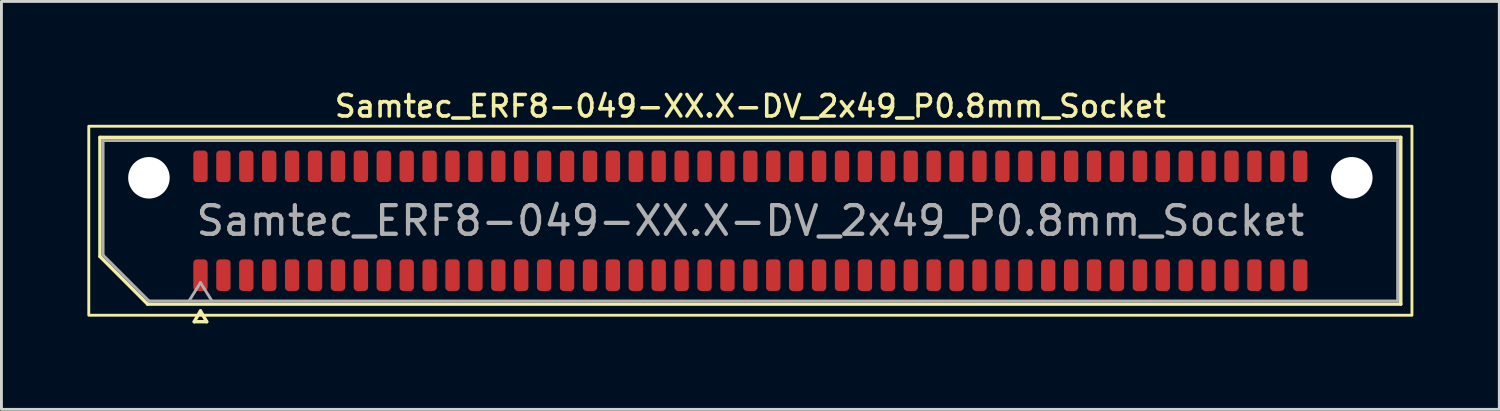
<source format=kicad_pcb>
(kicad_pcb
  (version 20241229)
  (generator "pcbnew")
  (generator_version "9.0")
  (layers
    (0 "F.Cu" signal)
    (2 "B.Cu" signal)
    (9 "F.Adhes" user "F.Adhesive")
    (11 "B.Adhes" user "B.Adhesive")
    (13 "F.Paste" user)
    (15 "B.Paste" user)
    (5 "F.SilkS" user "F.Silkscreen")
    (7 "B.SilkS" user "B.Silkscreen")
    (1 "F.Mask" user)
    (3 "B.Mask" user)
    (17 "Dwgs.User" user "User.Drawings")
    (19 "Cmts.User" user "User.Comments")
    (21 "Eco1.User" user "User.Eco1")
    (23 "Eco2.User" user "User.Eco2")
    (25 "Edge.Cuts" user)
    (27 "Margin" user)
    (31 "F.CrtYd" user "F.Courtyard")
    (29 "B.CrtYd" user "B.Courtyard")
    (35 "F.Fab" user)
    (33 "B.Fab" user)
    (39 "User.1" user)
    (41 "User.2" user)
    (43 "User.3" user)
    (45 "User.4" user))
  (footprint "Samtec_ERF8-049-XX.X-DV_2x49_P0.8mm_Socket"
    (layer "F.Cu")
    (at 23.15 4.658)
    (property "Reference" "Samtec_ERF8-049-XX.X-DV_2x49_P0.8mm_Socket" (at 0 -4 0) (layer "F.SilkS") (effects (font (size 0.75 0.75) (thickness 0.125))))
    (attr smd)
    (fp_line (start -22.71 -2.91) (end 22.71 -2.91) (stroke (width 0.12) (type solid)) (layer "F.SilkS"))
    (fp_line (start -22.71 1.246) (end -22.71 -2.91) (stroke (width 0.12) (type solid)) (layer "F.SilkS"))
    (fp_line (start -21.046 2.91) (end -22.71 1.246) (stroke (width 0.12) (type solid)) (layer "F.SilkS"))
    (fp_line (start -19.417 3.525) (end -19.2 3.15) (stroke (width 0.12) (type solid)) (layer "F.SilkS"))
    (fp_line (start -19.2 3.15) (end -18.983 3.525) (stroke (width 0.12) (type solid)) (layer "F.SilkS"))
    (fp_line (start -18.983 3.525) (end -19.417 3.525) (stroke (width 0.12) (type solid)) (layer "F.SilkS"))
    (fp_line (start 22.71 -2.91) (end 22.71 2.91) (stroke (width 0.12) (type solid)) (layer "F.SilkS"))
    (fp_line (start 22.71 2.91) (end -21.046 2.91) (stroke (width 0.12) (type solid)) (layer "F.SilkS"))
    (fp_rect (start -23.1 -3.3) (end 23.1 3.3) (stroke (width 0.1) (type solid)) (fill no) (layer "F.SilkS"))
    (fp_line (start -22.6 -2.8) (end 22.6 -2.8) (stroke (width 0.1) (type solid)) (layer "F.Fab"))
    (fp_line (start -22.6 1.2) (end -22.6 -2.8) (stroke (width 0.1) (type solid)) (layer "F.Fab"))
    (fp_line (start -21 2.8) (end -22.6 1.2) (stroke (width 0.1) (type solid)) (layer "F.Fab"))
    (fp_line (start -19.6 2.8) (end -19.2 2.16) (stroke (width 0.1) (type solid)) (layer "F.Fab"))
    (fp_line (start -19.2 2.16) (end -18.8 2.8) (stroke (width 0.1) (type solid)) (layer "F.Fab"))
    (fp_line (start 22.6 -2.8) (end 22.6 2.8) (stroke (width 0.1) (type solid)) (layer "F.Fab"))
    (fp_line (start 22.6 2.8) (end -21 2.8) (stroke (width 0.1) (type solid)) (layer "F.Fab"))
    (fp_text user "${REFERENCE}" (at 0 0 0) (layer "F.Fab") (effects (font (size 1 1) (thickness 0.15))))
    (pad "" np_thru_hole circle (at -21 -1.5) (size 1.45 1.45) (drill 1.45) (layers "*.Cu" "*.Mask"))
    (pad "" np_thru_hole circle (at 21 -1.5) (size 1.45 1.45) (drill 1.45) (layers "*.Cu" "*.Mask"))
    (pad "1" smd roundrect (at -19.2 1.9) (size 0.5 1.1) (layers "F.Cu" "F.Mask" "F.Paste") (roundrect_rratio 0.25))
    (pad "2" smd roundrect (at -19.2 -1.9) (size 0.5 1.1) (layers "F.Cu" "F.Mask" "F.Paste") (roundrect_rratio 0.25))
    (pad "3" smd roundrect (at -18.4 1.9) (size 0.5 1.1) (layers "F.Cu" "F.Mask" "F.Paste") (roundrect_rratio 0.25))
    (pad "4" smd roundrect (at -18.4 -1.9) (size 0.5 1.1) (layers "F.Cu" "F.Mask" "F.Paste") (roundrect_rratio 0.25))
    (pad "5" smd roundrect (at -17.6 1.9) (size 0.5 1.1) (layers "F.Cu" "F.Mask" "F.Paste") (roundrect_rratio 0.25))
    (pad "6" smd roundrect (at -17.6 -1.9) (size 0.5 1.1) (layers "F.Cu" "F.Mask" "F.Paste") (roundrect_rratio 0.25))
    (pad "7" smd roundrect (at -16.8 1.9) (size 0.5 1.1) (layers "F.Cu" "F.Mask" "F.Paste") (roundrect_rratio 0.25))
    (pad "8" smd roundrect (at -16.8 -1.9) (size 0.5 1.1) (layers "F.Cu" "F.Mask" "F.Paste") (roundrect_rratio 0.25))
    (pad "9" smd roundrect (at -16 1.9) (size 0.5 1.1) (layers "F.Cu" "F.Mask" "F.Paste") (roundrect_rratio 0.25))
    (pad "10" smd roundrect (at -16 -1.9) (size 0.5 1.1) (layers "F.Cu" "F.Mask" "F.Paste") (roundrect_rratio 0.25))
    (pad "11" smd roundrect (at -15.2 1.9) (size 0.5 1.1) (layers "F.Cu" "F.Mask" "F.Paste") (roundrect_rratio 0.25))
    (pad "12" smd roundrect (at -15.2 -1.9) (size 0.5 1.1) (layers "F.Cu" "F.Mask" "F.Paste") (roundrect_rratio 0.25))
    (pad "13" smd roundrect (at -14.4 1.9) (size 0.5 1.1) (layers "F.Cu" "F.Mask" "F.Paste") (roundrect_rratio 0.25))
    (pad "14" smd roundrect (at -14.4 -1.9) (size 0.5 1.1) (layers "F.Cu" "F.Mask" "F.Paste") (roundrect_rratio 0.25))
    (pad "15" smd roundrect (at -13.6 1.9) (size 0.5 1.1) (layers "F.Cu" "F.Mask" "F.Paste") (roundrect_rratio 0.25))
    (pad "16" smd roundrect (at -13.6 -1.9) (size 0.5 1.1) (layers "F.Cu" "F.Mask" "F.Paste") (roundrect_rratio 0.25))
    (pad "17" smd roundrect (at -12.8 1.9) (size 0.5 1.1) (layers "F.Cu" "F.Mask" "F.Paste") (roundrect_rratio 0.25))
    (pad "18" smd roundrect (at -12.8 -1.9) (size 0.5 1.1) (layers "F.Cu" "F.Mask" "F.Paste") (roundrect_rratio 0.25))
    (pad "19" smd roundrect (at -12 1.9) (size 0.5 1.1) (layers "F.Cu" "F.Mask" "F.Paste") (roundrect_rratio 0.25))
    (pad "20" smd roundrect (at -12 -1.9) (size 0.5 1.1) (layers "F.Cu" "F.Mask" "F.Paste") (roundrect_rratio 0.25))
    (pad "21" smd roundrect (at -11.2 1.9) (size 0.5 1.1) (layers "F.Cu" "F.Mask" "F.Paste") (roundrect_rratio 0.25))
    (pad "22" smd roundrect (at -11.2 -1.9) (size 0.5 1.1) (layers "F.Cu" "F.Mask" "F.Paste") (roundrect_rratio 0.25))
    (pad "23" smd roundrect (at -10.4 1.9) (size 0.5 1.1) (layers "F.Cu" "F.Mask" "F.Paste") (roundrect_rratio 0.25))
    (pad "24" smd roundrect (at -10.4 -1.9) (size 0.5 1.1) (layers "F.Cu" "F.Mask" "F.Paste") (roundrect_rratio 0.25))
    (pad "25" smd roundrect (at -9.6 1.9) (size 0.5 1.1) (layers "F.Cu" "F.Mask" "F.Paste") (roundrect_rratio 0.25))
    (pad "26" smd roundrect (at -9.6 -1.9) (size 0.5 1.1) (layers "F.Cu" "F.Mask" "F.Paste") (roundrect_rratio 0.25))
    (pad "27" smd roundrect (at -8.8 1.9) (size 0.5 1.1) (layers "F.Cu" "F.Mask" "F.Paste") (roundrect_rratio 0.25))
    (pad "28" smd roundrect (at -8.8 -1.9) (size 0.5 1.1) (layers "F.Cu" "F.Mask" "F.Paste") (roundrect_rratio 0.25))
    (pad "29" smd roundrect (at -8 1.9) (size 0.5 1.1) (layers "F.Cu" "F.Mask" "F.Paste") (roundrect_rratio 0.25))
    (pad "30" smd roundrect (at -8 -1.9) (size 0.5 1.1) (layers "F.Cu" "F.Mask" "F.Paste") (roundrect_rratio 0.25))
    (pad "31" smd roundrect (at -7.2 1.9) (size 0.5 1.1) (layers "F.Cu" "F.Mask" "F.Paste") (roundrect_rratio 0.25))
    (pad "32" smd roundrect (at -7.2 -1.9) (size 0.5 1.1) (layers "F.Cu" "F.Mask" "F.Paste") (roundrect_rratio 0.25))
    (pad "33" smd roundrect (at -6.4 1.9) (size 0.5 1.1) (layers "F.Cu" "F.Mask" "F.Paste") (roundrect_rratio 0.25))
    (pad "34" smd roundrect (at -6.4 -1.9) (size 0.5 1.1) (layers "F.Cu" "F.Mask" "F.Paste") (roundrect_rratio 0.25))
    (pad "35" smd roundrect (at -5.6 1.9) (size 0.5 1.1) (layers "F.Cu" "F.Mask" "F.Paste") (roundrect_rratio 0.25))
    (pad "36" smd roundrect (at -5.6 -1.9) (size 0.5 1.1) (layers "F.Cu" "F.Mask" "F.Paste") (roundrect_rratio 0.25))
    (pad "37" smd roundrect (at -4.8 1.9) (size 0.5 1.1) (layers "F.Cu" "F.Mask" "F.Paste") (roundrect_rratio 0.25))
    (pad "38" smd roundrect (at -4.8 -1.9) (size 0.5 1.1) (layers "F.Cu" "F.Mask" "F.Paste") (roundrect_rratio 0.25))
    (pad "39" smd roundrect (at -4 1.9) (size 0.5 1.1) (layers "F.Cu" "F.Mask" "F.Paste") (roundrect_rratio 0.25))
    (pad "40" smd roundrect (at -4 -1.9) (size 0.5 1.1) (layers "F.Cu" "F.Mask" "F.Paste") (roundrect_rratio 0.25))
    (pad "41" smd roundrect (at -3.2 1.9) (size 0.5 1.1) (layers "F.Cu" "F.Mask" "F.Paste") (roundrect_rratio 0.25))
    (pad "42" smd roundrect (at -3.2 -1.9) (size 0.5 1.1) (layers "F.Cu" "F.Mask" "F.Paste") (roundrect_rratio 0.25))
    (pad "43" smd roundrect (at -2.4 1.9) (size 0.5 1.1) (layers "F.Cu" "F.Mask" "F.Paste") (roundrect_rratio 0.25))
    (pad "44" smd roundrect (at -2.4 -1.9) (size 0.5 1.1) (layers "F.Cu" "F.Mask" "F.Paste") (roundrect_rratio 0.25))
    (pad "45" smd roundrect (at -1.6 1.9) (size 0.5 1.1) (layers "F.Cu" "F.Mask" "F.Paste") (roundrect_rratio 0.25))
    (pad "46" smd roundrect (at -1.6 -1.9) (size 0.5 1.1) (layers "F.Cu" "F.Mask" "F.Paste") (roundrect_rratio 0.25))
    (pad "47" smd roundrect (at -0.8 1.9) (size 0.5 1.1) (layers "F.Cu" "F.Mask" "F.Paste") (roundrect_rratio 0.25))
    (pad "48" smd roundrect (at -0.8 -1.9) (size 0.5 1.1) (layers "F.Cu" "F.Mask" "F.Paste") (roundrect_rratio 0.25))
    (pad "49" smd roundrect (at 0 1.9) (size 0.5 1.1) (layers "F.Cu" "F.Mask" "F.Paste") (roundrect_rratio 0.25))
    (pad "50" smd roundrect (at 0 -1.9) (size 0.5 1.1) (layers "F.Cu" "F.Mask" "F.Paste") (roundrect_rratio 0.25))
    (pad "51" smd roundrect (at 0.8 1.9) (size 0.5 1.1) (layers "F.Cu" "F.Mask" "F.Paste") (roundrect_rratio 0.25))
    (pad "52" smd roundrect (at 0.8 -1.9) (size 0.5 1.1) (layers "F.Cu" "F.Mask" "F.Paste") (roundrect_rratio 0.25))
    (pad "53" smd roundrect (at 1.6 1.9) (size 0.5 1.1) (layers "F.Cu" "F.Mask" "F.Paste") (roundrect_rratio 0.25))
    (pad "54" smd roundrect (at 1.6 -1.9) (size 0.5 1.1) (layers "F.Cu" "F.Mask" "F.Paste") (roundrect_rratio 0.25))
    (pad "55" smd roundrect (at 2.4 1.9) (size 0.5 1.1) (layers "F.Cu" "F.Mask" "F.Paste") (roundrect_rratio 0.25))
    (pad "56" smd roundrect (at 2.4 -1.9) (size 0.5 1.1) (layers "F.Cu" "F.Mask" "F.Paste") (roundrect_rratio 0.25))
    (pad "57" smd roundrect (at 3.2 1.9) (size 0.5 1.1) (layers "F.Cu" "F.Mask" "F.Paste") (roundrect_rratio 0.25))
    (pad "58" smd roundrect (at 3.2 -1.9) (size 0.5 1.1) (layers "F.Cu" "F.Mask" "F.Paste") (roundrect_rratio 0.25))
    (pad "59" smd roundrect (at 4 1.9) (size 0.5 1.1) (layers "F.Cu" "F.Mask" "F.Paste") (roundrect_rratio 0.25))
    (pad "60" smd roundrect (at 4 -1.9) (size 0.5 1.1) (layers "F.Cu" "F.Mask" "F.Paste") (roundrect_rratio 0.25))
    (pad "61" smd roundrect (at 4.8 1.9) (size 0.5 1.1) (layers "F.Cu" "F.Mask" "F.Paste") (roundrect_rratio 0.25))
    (pad "62" smd roundrect (at 4.8 -1.9) (size 0.5 1.1) (layers "F.Cu" "F.Mask" "F.Paste") (roundrect_rratio 0.25))
    (pad "63" smd roundrect (at 5.6 1.9) (size 0.5 1.1) (layers "F.Cu" "F.Mask" "F.Paste") (roundrect_rratio 0.25))
    (pad "64" smd roundrect (at 5.6 -1.9) (size 0.5 1.1) (layers "F.Cu" "F.Mask" "F.Paste") (roundrect_rratio 0.25))
    (pad "65" smd roundrect (at 6.4 1.9) (size 0.5 1.1) (layers "F.Cu" "F.Mask" "F.Paste") (roundrect_rratio 0.25))
    (pad "66" smd roundrect (at 6.4 -1.9) (size 0.5 1.1) (layers "F.Cu" "F.Mask" "F.Paste") (roundrect_rratio 0.25))
    (pad "67" smd roundrect (at 7.2 1.9) (size 0.5 1.1) (layers "F.Cu" "F.Mask" "F.Paste") (roundrect_rratio 0.25))
    (pad "68" smd roundrect (at 7.2 -1.9) (size 0.5 1.1) (layers "F.Cu" "F.Mask" "F.Paste") (roundrect_rratio 0.25))
    (pad "69" smd roundrect (at 8 1.9) (size 0.5 1.1) (layers "F.Cu" "F.Mask" "F.Paste") (roundrect_rratio 0.25))
    (pad "70" smd roundrect (at 8 -1.9) (size 0.5 1.1) (layers "F.Cu" "F.Mask" "F.Paste") (roundrect_rratio 0.25))
    (pad "71" smd roundrect (at 8.8 1.9) (size 0.5 1.1) (layers "F.Cu" "F.Mask" "F.Paste") (roundrect_rratio 0.25))
    (pad "72" smd roundrect (at 8.8 -1.9) (size 0.5 1.1) (layers "F.Cu" "F.Mask" "F.Paste") (roundrect_rratio 0.25))
    (pad "73" smd roundrect (at 9.6 1.9) (size 0.5 1.1) (layers "F.Cu" "F.Mask" "F.Paste") (roundrect_rratio 0.25))
    (pad "74" smd roundrect (at 9.6 -1.9) (size 0.5 1.1) (layers "F.Cu" "F.Mask" "F.Paste") (roundrect_rratio 0.25))
    (pad "75" smd roundrect (at 10.4 1.9) (size 0.5 1.1) (layers "F.Cu" "F.Mask" "F.Paste") (roundrect_rratio 0.25))
    (pad "76" smd roundrect (at 10.4 -1.9) (size 0.5 1.1) (layers "F.Cu" "F.Mask" "F.Paste") (roundrect_rratio 0.25))
    (pad "77" smd roundrect (at 11.2 1.9) (size 0.5 1.1) (layers "F.Cu" "F.Mask" "F.Paste") (roundrect_rratio 0.25))
    (pad "78" smd roundrect (at 11.2 -1.9) (size 0.5 1.1) (layers "F.Cu" "F.Mask" "F.Paste") (roundrect_rratio 0.25))
    (pad "79" smd roundrect (at 12 1.9) (size 0.5 1.1) (layers "F.Cu" "F.Mask" "F.Paste") (roundrect_rratio 0.25))
    (pad "80" smd roundrect (at 12 -1.9) (size 0.5 1.1) (layers "F.Cu" "F.Mask" "F.Paste") (roundrect_rratio 0.25))
    (pad "81" smd roundrect (at 12.8 1.9) (size 0.5 1.1) (layers "F.Cu" "F.Mask" "F.Paste") (roundrect_rratio 0.25))
    (pad "82" smd roundrect (at 12.8 -1.9) (size 0.5 1.1) (layers "F.Cu" "F.Mask" "F.Paste") (roundrect_rratio 0.25))
    (pad "83" smd roundrect (at 13.6 1.9) (size 0.5 1.1) (layers "F.Cu" "F.Mask" "F.Paste") (roundrect_rratio 0.25))
    (pad "84" smd roundrect (at 13.6 -1.9) (size 0.5 1.1) (layers "F.Cu" "F.Mask" "F.Paste") (roundrect_rratio 0.25))
    (pad "85" smd roundrect (at 14.4 1.9) (size 0.5 1.1) (layers "F.Cu" "F.Mask" "F.Paste") (roundrect_rratio 0.25))
    (pad "86" smd roundrect (at 14.4 -1.9) (size 0.5 1.1) (layers "F.Cu" "F.Mask" "F.Paste") (roundrect_rratio 0.25))
    (pad "87" smd roundrect (at 15.2 1.9) (size 0.5 1.1) (layers "F.Cu" "F.Mask" "F.Paste") (roundrect_rratio 0.25))
    (pad "88" smd roundrect (at 15.2 -1.9) (size 0.5 1.1) (layers "F.Cu" "F.Mask" "F.Paste") (roundrect_rratio 0.25))
    (pad "89" smd roundrect (at 16 1.9) (size 0.5 1.1) (layers "F.Cu" "F.Mask" "F.Paste") (roundrect_rratio 0.25))
    (pad "90" smd roundrect (at 16 -1.9) (size 0.5 1.1) (layers "F.Cu" "F.Mask" "F.Paste") (roundrect_rratio 0.25))
    (pad "91" smd roundrect (at 16.8 1.9) (size 0.5 1.1) (layers "F.Cu" "F.Mask" "F.Paste") (roundrect_rratio 0.25))
    (pad "92" smd roundrect (at 16.8 -1.9) (size 0.5 1.1) (layers "F.Cu" "F.Mask" "F.Paste") (roundrect_rratio 0.25))
    (pad "93" smd roundrect (at 17.6 1.9) (size 0.5 1.1) (layers "F.Cu" "F.Mask" "F.Paste") (roundrect_rratio 0.25))
    (pad "94" smd roundrect (at 17.6 -1.9) (size 0.5 1.1) (layers "F.Cu" "F.Mask" "F.Paste") (roundrect_rratio 0.25))
    (pad "95" smd roundrect (at 18.4 1.9) (size 0.5 1.1) (layers "F.Cu" "F.Mask" "F.Paste") (roundrect_rratio 0.25))
    (pad "96" smd roundrect (at 18.4 -1.9) (size 0.5 1.1) (layers "F.Cu" "F.Mask" "F.Paste") (roundrect_rratio 0.25))
    (pad "97" smd roundrect (at 19.2 1.9) (size 0.5 1.1) (layers "F.Cu" "F.Mask" "F.Paste") (roundrect_rratio 0.25))
    (pad "98" smd roundrect (at 19.2 -1.9) (size 0.5 1.1) (layers "F.Cu" "F.Mask" "F.Paste") (roundrect_rratio 0.25)))
  (gr_rect
    (start -3 -3)
    (end 49.3 11.243)
    (stroke (width 0.1) (type default))
    (fill no)
    (layer "Edge.Cuts")))
</source>
